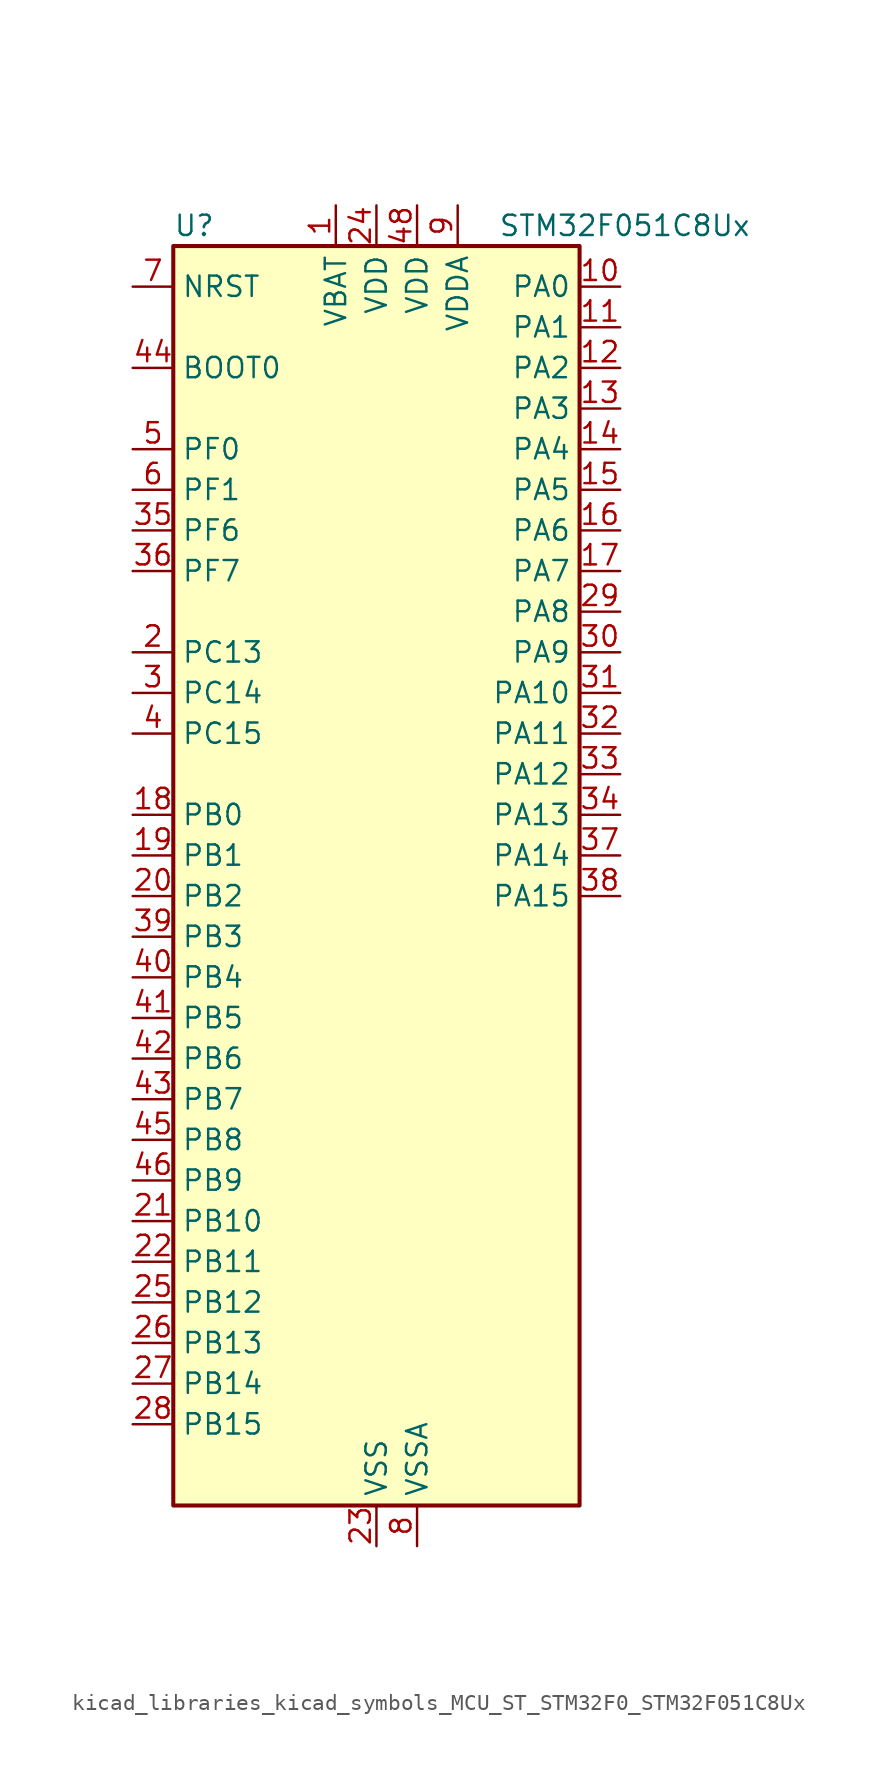
<source format=kicad_sym>
(kicad_symbol_lib
  (version 20220914)
  (generator kicad_symbol_editor)
  (symbol "kicad_libraries_kicad_symbols_MCU_ST_STM32F0_STM32F051C8Ux"
    (property "Reference" "U"
      (at -12.7 41.91 0)
      (effects (font (size 1.27 1.27)) (justify left)))
    (property "Value" "STM32F051C8Ux"
      (at 7.62 41.91 0)
      (effects (font (size 1.27 1.27)) (justify left)))
    (property "ki_locked" ""
      (at 0 0 0)
      (effects (font (size 1.27 1.27))))
    (symbol "kicad_libraries_kicad_symbols_MCU_ST_STM32F0_STM32F051C8Ux_0_1"
      (rectangle (start -12.7 -38.1) (end 12.7 40.64) (stroke (width 0.254) (type default)) (fill (type background))))
    (symbol "kicad_libraries_kicad_symbols_MCU_ST_STM32F0_STM32F051C8Ux_1_1"
      (pin power_in line (at -2.54 43.18 270) (length 2.54) (name "VBAT" (effects (font (size 1.27 1.27)))) (number "1" (effects (font (size 1.27 1.27)))))
      (pin bidirectional line (at 15.24 38.1 180) (length 2.54) (name "PA0" (effects (font (size 1.27 1.27)))) (number "10" (effects (font (size 1.27 1.27)))) (alternate "ADC_IN0" bidirectional line) (alternate "COMP1_INM" bidirectional line) (alternate "COMP1_OUT" bidirectional line) (alternate "RTC_TAMP2" bidirectional line) (alternate "SYS_WKUP1" bidirectional line) (alternate "TIM2_CH1" bidirectional line) (alternate "TIM2_ETR" bidirectional line) (alternate "TSC_G1_IO1" bidirectional line) (alternate "USART2_CTS" bidirectional line))
      (pin bidirectional line (at 15.24 35.56 180) (length 2.54) (name "PA1" (effects (font (size 1.27 1.27)))) (number "11" (effects (font (size 1.27 1.27)))) (alternate "ADC_IN1" bidirectional line) (alternate "COMP1_INP" bidirectional line) (alternate "TIM2_CH2" bidirectional line) (alternate "TSC_G1_IO2" bidirectional line) (alternate "USART2_DE" bidirectional line) (alternate "USART2_RTS" bidirectional line))
      (pin bidirectional line (at 15.24 33.02 180) (length 2.54) (name "PA2" (effects (font (size 1.27 1.27)))) (number "12" (effects (font (size 1.27 1.27)))) (alternate "ADC_IN2" bidirectional line) (alternate "COMP2_INM" bidirectional line) (alternate "COMP2_OUT" bidirectional line) (alternate "TIM15_CH1" bidirectional line) (alternate "TIM2_CH3" bidirectional line) (alternate "TSC_G1_IO3" bidirectional line) (alternate "USART2_TX" bidirectional line))
      (pin bidirectional line (at 15.24 30.48 180) (length 2.54) (name "PA3" (effects (font (size 1.27 1.27)))) (number "13" (effects (font (size 1.27 1.27)))) (alternate "ADC_IN3" bidirectional line) (alternate "COMP2_INP" bidirectional line) (alternate "TIM15_CH2" bidirectional line) (alternate "TIM2_CH4" bidirectional line) (alternate "TSC_G1_IO4" bidirectional line) (alternate "USART2_RX" bidirectional line))
      (pin bidirectional line (at 15.24 27.94 180) (length 2.54) (name "PA4" (effects (font (size 1.27 1.27)))) (number "14" (effects (font (size 1.27 1.27)))) (alternate "ADC_IN4" bidirectional line) (alternate "COMP1_INM" bidirectional line) (alternate "COMP2_INM" bidirectional line) (alternate "DAC1_OUT1" bidirectional line) (alternate "I2S1_WS" bidirectional line) (alternate "SPI1_NSS" bidirectional line) (alternate "TIM14_CH1" bidirectional line) (alternate "TSC_G2_IO1" bidirectional line) (alternate "USART2_CK" bidirectional line))
      (pin bidirectional line (at 15.24 25.4 180) (length 2.54) (name "PA5" (effects (font (size 1.27 1.27)))) (number "15" (effects (font (size 1.27 1.27)))) (alternate "ADC_IN5" bidirectional line) (alternate "CEC" bidirectional line) (alternate "COMP1_INM" bidirectional line) (alternate "COMP2_INM" bidirectional line) (alternate "I2S1_CK" bidirectional line) (alternate "SPI1_SCK" bidirectional line) (alternate "TIM2_CH1" bidirectional line) (alternate "TIM2_ETR" bidirectional line) (alternate "TSC_G2_IO2" bidirectional line))
      (pin bidirectional line (at 15.24 22.86 180) (length 2.54) (name "PA6" (effects (font (size 1.27 1.27)))) (number "16" (effects (font (size 1.27 1.27)))) (alternate "ADC_IN6" bidirectional line) (alternate "COMP1_OUT" bidirectional line) (alternate "I2S1_MCK" bidirectional line) (alternate "SPI1_MISO" bidirectional line) (alternate "TIM16_CH1" bidirectional line) (alternate "TIM1_BKIN" bidirectional line) (alternate "TIM3_CH1" bidirectional line) (alternate "TSC_G2_IO3" bidirectional line))
      (pin bidirectional line (at 15.24 20.32 180) (length 2.54) (name "PA7" (effects (font (size 1.27 1.27)))) (number "17" (effects (font (size 1.27 1.27)))) (alternate "ADC_IN7" bidirectional line) (alternate "COMP2_OUT" bidirectional line) (alternate "I2S1_SD" bidirectional line) (alternate "SPI1_MOSI" bidirectional line) (alternate "TIM14_CH1" bidirectional line) (alternate "TIM17_CH1" bidirectional line) (alternate "TIM1_CH1N" bidirectional line) (alternate "TIM3_CH2" bidirectional line) (alternate "TSC_G2_IO4" bidirectional line))
      (pin bidirectional line (at -15.24 5.08 0) (length 2.54) (name "PB0" (effects (font (size 1.27 1.27)))) (number "18" (effects (font (size 1.27 1.27)))) (alternate "ADC_IN8" bidirectional line) (alternate "TIM1_CH2N" bidirectional line) (alternate "TIM3_CH3" bidirectional line) (alternate "TSC_G3_IO2" bidirectional line))
      (pin bidirectional line (at -15.24 2.54 0) (length 2.54) (name "PB1" (effects (font (size 1.27 1.27)))) (number "19" (effects (font (size 1.27 1.27)))) (alternate "ADC_IN9" bidirectional line) (alternate "TIM14_CH1" bidirectional line) (alternate "TIM1_CH3N" bidirectional line) (alternate "TIM3_CH4" bidirectional line) (alternate "TSC_G3_IO3" bidirectional line))
      (pin bidirectional line (at -15.24 15.24 0) (length 2.54) (name "PC13" (effects (font (size 1.27 1.27)))) (number "2" (effects (font (size 1.27 1.27)))) (alternate "RTC_OUT_ALARM" bidirectional line) (alternate "RTC_OUT_CALIB" bidirectional line) (alternate "RTC_TAMP1" bidirectional line) (alternate "RTC_TS" bidirectional line) (alternate "SYS_WKUP2" bidirectional line))
      (pin bidirectional line (at -15.24 0 0) (length 2.54) (name "PB2" (effects (font (size 1.27 1.27)))) (number "20" (effects (font (size 1.27 1.27)))) (alternate "TSC_G3_IO4" bidirectional line))
      (pin bidirectional line (at -15.24 -20.32 0) (length 2.54) (name "PB10" (effects (font (size 1.27 1.27)))) (number "21" (effects (font (size 1.27 1.27)))) (alternate "CEC" bidirectional line) (alternate "I2C2_SCL" bidirectional line) (alternate "TIM2_CH3" bidirectional line) (alternate "TSC_SYNC" bidirectional line))
      (pin bidirectional line (at -15.24 -22.86 0) (length 2.54) (name "PB11" (effects (font (size 1.27 1.27)))) (number "22" (effects (font (size 1.27 1.27)))) (alternate "I2C2_SDA" bidirectional line) (alternate "TIM2_CH4" bidirectional line) (alternate "TSC_G6_IO1" bidirectional line))
      (pin power_in line (at 0 -40.64 90) (length 2.54) (name "VSS" (effects (font (size 1.27 1.27)))) (number "23" (effects (font (size 1.27 1.27)))))
      (pin power_in line (at 0 43.18 270) (length 2.54) (name "VDD" (effects (font (size 1.27 1.27)))) (number "24" (effects (font (size 1.27 1.27)))))
      (pin bidirectional line (at -15.24 -25.4 0) (length 2.54) (name "PB12" (effects (font (size 1.27 1.27)))) (number "25" (effects (font (size 1.27 1.27)))) (alternate "SPI2_NSS" bidirectional line) (alternate "TIM1_BKIN" bidirectional line) (alternate "TSC_G6_IO2" bidirectional line))
      (pin bidirectional line (at -15.24 -27.94 0) (length 2.54) (name "PB13" (effects (font (size 1.27 1.27)))) (number "26" (effects (font (size 1.27 1.27)))) (alternate "SPI2_SCK" bidirectional line) (alternate "TIM1_CH1N" bidirectional line) (alternate "TSC_G6_IO3" bidirectional line))
      (pin bidirectional line (at -15.24 -30.48 0) (length 2.54) (name "PB14" (effects (font (size 1.27 1.27)))) (number "27" (effects (font (size 1.27 1.27)))) (alternate "SPI2_MISO" bidirectional line) (alternate "TIM15_CH1" bidirectional line) (alternate "TIM1_CH2N" bidirectional line) (alternate "TSC_G6_IO4" bidirectional line))
      (pin bidirectional line (at -15.24 -33.02 0) (length 2.54) (name "PB15" (effects (font (size 1.27 1.27)))) (number "28" (effects (font (size 1.27 1.27)))) (alternate "RTC_REFIN" bidirectional line) (alternate "SPI2_MOSI" bidirectional line) (alternate "TIM15_CH1N" bidirectional line) (alternate "TIM15_CH2" bidirectional line) (alternate "TIM1_CH3N" bidirectional line))
      (pin bidirectional line (at 15.24 17.78 180) (length 2.54) (name "PA8" (effects (font (size 1.27 1.27)))) (number "29" (effects (font (size 1.27 1.27)))) (alternate "RCC_MCO" bidirectional line) (alternate "TIM1_CH1" bidirectional line) (alternate "USART1_CK" bidirectional line))
      (pin bidirectional line (at -15.24 12.7 0) (length 2.54) (name "PC14" (effects (font (size 1.27 1.27)))) (number "3" (effects (font (size 1.27 1.27)))) (alternate "RCC_OSC32_IN" bidirectional line))
      (pin bidirectional line (at 15.24 15.24 180) (length 2.54) (name "PA9" (effects (font (size 1.27 1.27)))) (number "30" (effects (font (size 1.27 1.27)))) (alternate "DAC1_EXTI9" bidirectional line) (alternate "TIM15_BKIN" bidirectional line) (alternate "TIM1_CH2" bidirectional line) (alternate "TSC_G4_IO1" bidirectional line) (alternate "USART1_TX" bidirectional line))
      (pin bidirectional line (at 15.24 12.7 180) (length 2.54) (name "PA10" (effects (font (size 1.27 1.27)))) (number "31" (effects (font (size 1.27 1.27)))) (alternate "TIM17_BKIN" bidirectional line) (alternate "TIM1_CH3" bidirectional line) (alternate "TSC_G4_IO2" bidirectional line) (alternate "USART1_RX" bidirectional line))
      (pin bidirectional line (at 15.24 10.16 180) (length 2.54) (name "PA11" (effects (font (size 1.27 1.27)))) (number "32" (effects (font (size 1.27 1.27)))) (alternate "COMP1_OUT" bidirectional line) (alternate "TIM1_CH4" bidirectional line) (alternate "TSC_G4_IO3" bidirectional line) (alternate "USART1_CTS" bidirectional line))
      (pin bidirectional line (at 15.24 7.62 180) (length 2.54) (name "PA12" (effects (font (size 1.27 1.27)))) (number "33" (effects (font (size 1.27 1.27)))) (alternate "COMP2_OUT" bidirectional line) (alternate "TIM1_ETR" bidirectional line) (alternate "TSC_G4_IO4" bidirectional line) (alternate "USART1_DE" bidirectional line) (alternate "USART1_RTS" bidirectional line))
      (pin bidirectional line (at 15.24 5.08 180) (length 2.54) (name "PA13" (effects (font (size 1.27 1.27)))) (number "34" (effects (font (size 1.27 1.27)))) (alternate "IR_OUT" bidirectional line) (alternate "SYS_SWDIO" bidirectional line))
      (pin bidirectional line (at -15.24 22.86 0) (length 2.54) (name "PF6" (effects (font (size 1.27 1.27)))) (number "35" (effects (font (size 1.27 1.27)))) (alternate "I2C2_SCL" bidirectional line))
      (pin bidirectional line (at -15.24 20.32 0) (length 2.54) (name "PF7" (effects (font (size 1.27 1.27)))) (number "36" (effects (font (size 1.27 1.27)))) (alternate "I2C2_SDA" bidirectional line))
      (pin bidirectional line (at 15.24 2.54 180) (length 2.54) (name "PA14" (effects (font (size 1.27 1.27)))) (number "37" (effects (font (size 1.27 1.27)))) (alternate "SYS_SWCLK" bidirectional line) (alternate "USART2_TX" bidirectional line))
      (pin bidirectional line (at 15.24 0 180) (length 2.54) (name "PA15" (effects (font (size 1.27 1.27)))) (number "38" (effects (font (size 1.27 1.27)))) (alternate "I2S1_WS" bidirectional line) (alternate "SPI1_NSS" bidirectional line) (alternate "TIM2_CH1" bidirectional line) (alternate "TIM2_ETR" bidirectional line) (alternate "USART2_RX" bidirectional line))
      (pin bidirectional line (at -15.24 -2.54 0) (length 2.54) (name "PB3" (effects (font (size 1.27 1.27)))) (number "39" (effects (font (size 1.27 1.27)))) (alternate "I2S1_CK" bidirectional line) (alternate "SPI1_SCK" bidirectional line) (alternate "TIM2_CH2" bidirectional line) (alternate "TSC_G5_IO1" bidirectional line))
      (pin bidirectional line (at -15.24 10.16 0) (length 2.54) (name "PC15" (effects (font (size 1.27 1.27)))) (number "4" (effects (font (size 1.27 1.27)))) (alternate "RCC_OSC32_OUT" bidirectional line))
      (pin bidirectional line (at -15.24 -5.08 0) (length 2.54) (name "PB4" (effects (font (size 1.27 1.27)))) (number "40" (effects (font (size 1.27 1.27)))) (alternate "I2S1_MCK" bidirectional line) (alternate "SPI1_MISO" bidirectional line) (alternate "TIM3_CH1" bidirectional line) (alternate "TSC_G5_IO2" bidirectional line))
      (pin bidirectional line (at -15.24 -7.62 0) (length 2.54) (name "PB5" (effects (font (size 1.27 1.27)))) (number "41" (effects (font (size 1.27 1.27)))) (alternate "I2C1_SMBA" bidirectional line) (alternate "I2S1_SD" bidirectional line) (alternate "SPI1_MOSI" bidirectional line) (alternate "TIM16_BKIN" bidirectional line) (alternate "TIM3_CH2" bidirectional line))
      (pin bidirectional line (at -15.24 -10.16 0) (length 2.54) (name "PB6" (effects (font (size 1.27 1.27)))) (number "42" (effects (font (size 1.27 1.27)))) (alternate "I2C1_SCL" bidirectional line) (alternate "TIM16_CH1N" bidirectional line) (alternate "TSC_G5_IO3" bidirectional line) (alternate "USART1_TX" bidirectional line))
      (pin bidirectional line (at -15.24 -12.7 0) (length 2.54) (name "PB7" (effects (font (size 1.27 1.27)))) (number "43" (effects (font (size 1.27 1.27)))) (alternate "I2C1_SDA" bidirectional line) (alternate "TIM17_CH1N" bidirectional line) (alternate "TSC_G5_IO4" bidirectional line) (alternate "USART1_RX" bidirectional line))
      (pin input line (at -15.24 33.02 0) (length 2.54) (name "BOOT0" (effects (font (size 1.27 1.27)))) (number "44" (effects (font (size 1.27 1.27)))))
      (pin bidirectional line (at -15.24 -15.24 0) (length 2.54) (name "PB8" (effects (font (size 1.27 1.27)))) (number "45" (effects (font (size 1.27 1.27)))) (alternate "CEC" bidirectional line) (alternate "I2C1_SCL" bidirectional line) (alternate "TIM16_CH1" bidirectional line) (alternate "TSC_SYNC" bidirectional line))
      (pin bidirectional line (at -15.24 -17.78 0) (length 2.54) (name "PB9" (effects (font (size 1.27 1.27)))) (number "46" (effects (font (size 1.27 1.27)))) (alternate "DAC1_EXTI9" bidirectional line) (alternate "I2C1_SDA" bidirectional line) (alternate "IR_OUT" bidirectional line) (alternate "TIM17_CH1" bidirectional line))
      (pin passive line (at 0 -40.64 90) (length 2.54) hide (name "VSS" (effects (font (size 1.27 1.27)))) (number "47" (effects (font (size 1.27 1.27)))))
      (pin power_in line (at 2.54 43.18 270) (length 2.54) (name "VDD" (effects (font (size 1.27 1.27)))) (number "48" (effects (font (size 1.27 1.27)))))
      (pin passive line (at 0 -40.64 90) (length 2.54) hide (name "VSS" (effects (font (size 1.27 1.27)))) (number "49" (effects (font (size 1.27 1.27)))))
      (pin bidirectional line (at -15.24 27.94 0) (length 2.54) (name "PF0" (effects (font (size 1.27 1.27)))) (number "5" (effects (font (size 1.27 1.27)))) (alternate "RCC_OSC_IN" bidirectional line))
      (pin bidirectional line (at -15.24 25.4 0) (length 2.54) (name "PF1" (effects (font (size 1.27 1.27)))) (number "6" (effects (font (size 1.27 1.27)))) (alternate "RCC_OSC_OUT" bidirectional line))
      (pin input line (at -15.24 38.1 0) (length 2.54) (name "NRST" (effects (font (size 1.27 1.27)))) (number "7" (effects (font (size 1.27 1.27)))))
      (pin power_in line (at 2.54 -40.64 90) (length 2.54) (name "VSSA" (effects (font (size 1.27 1.27)))) (number "8" (effects (font (size 1.27 1.27)))))
      (pin power_in line (at 5.08 43.18 270) (length 2.54) (name "VDDA" (effects (font (size 1.27 1.27)))) (number "9" (effects (font (size 1.27 1.27))))))))
</source>
